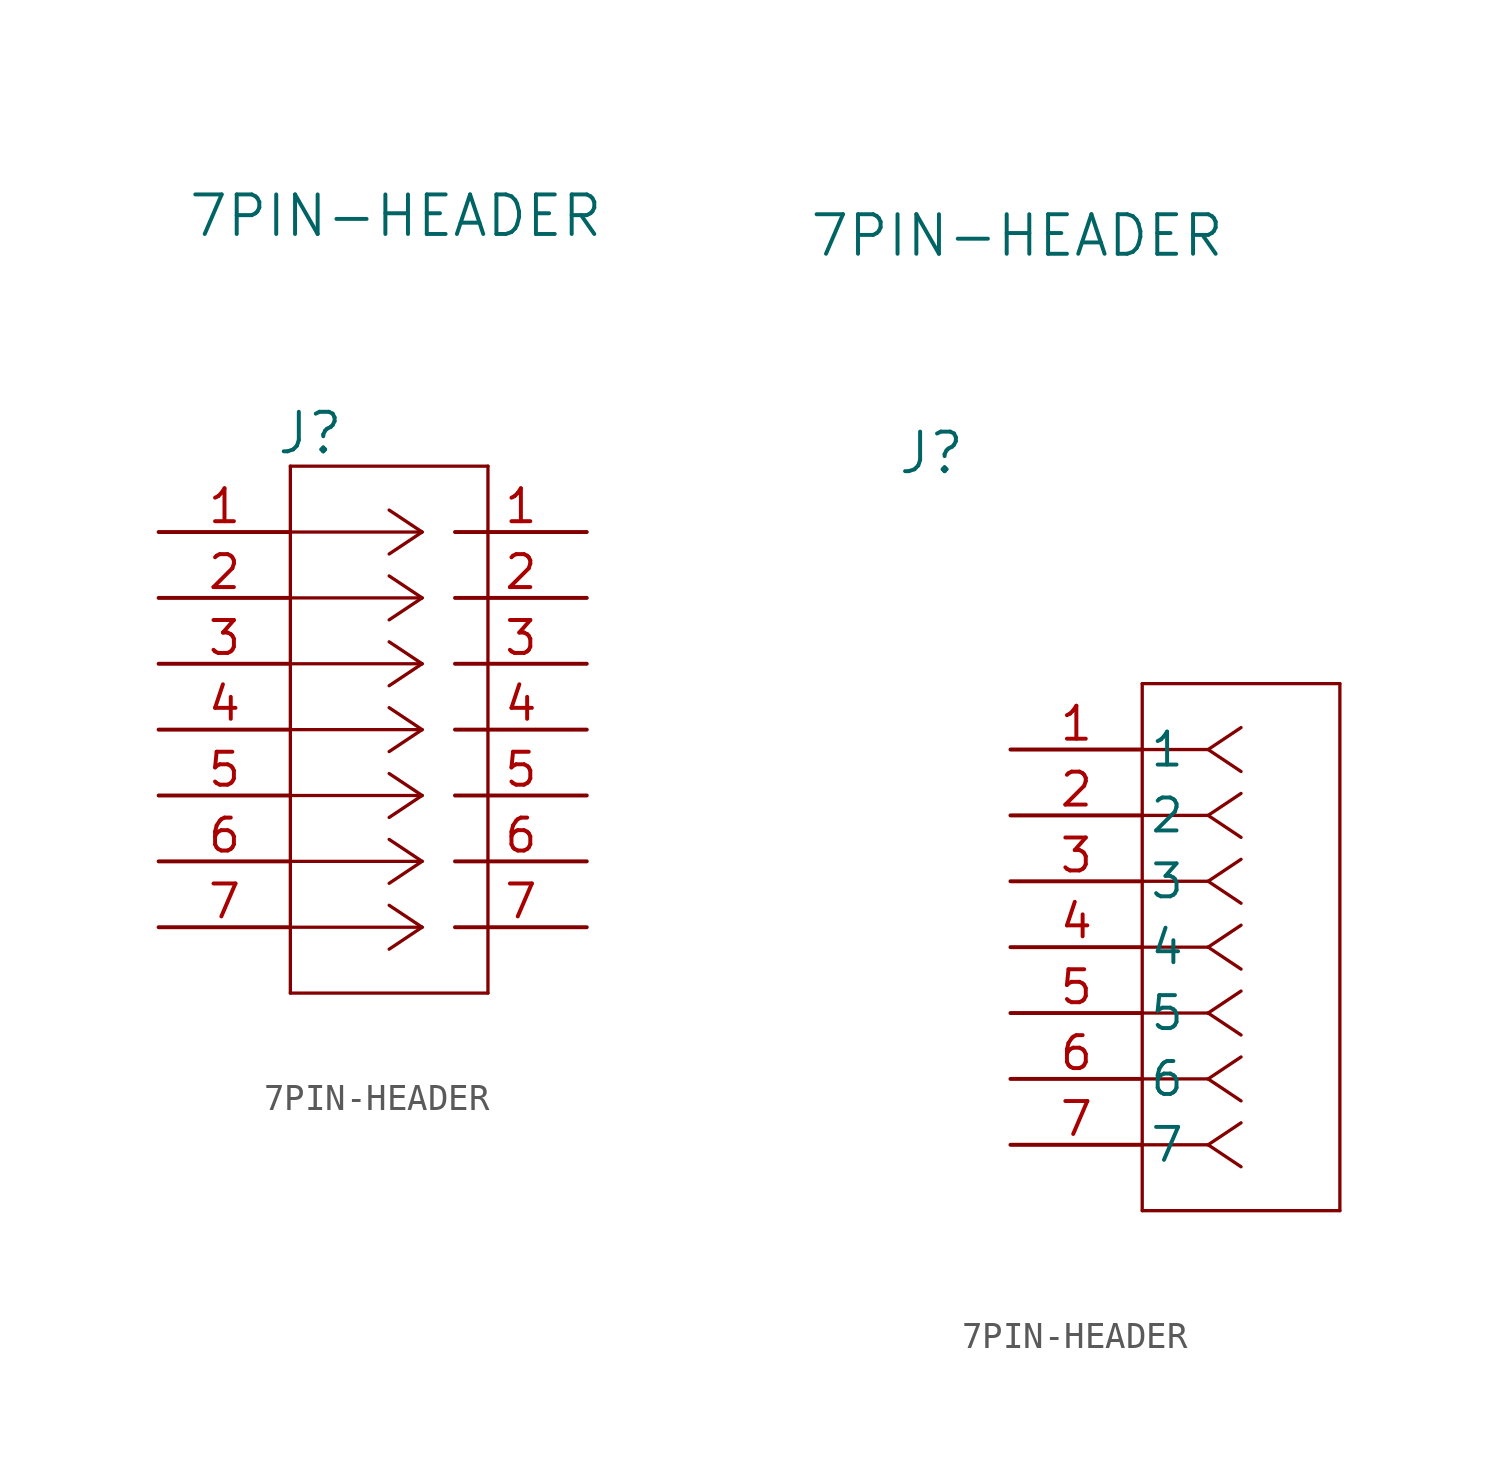
<source format=kicad_sym>
(kicad_symbol_lib
  (version 20231120)
  (generator "kicad_symbol_editor")
  (generator_version "8.0")
  (symbol "7PIN-HEADER"
    (pin_names
      (offset 0.254))
    (property "Reference" "J"
      (at -3.048 11.43 0)
      (effects (font (size 1.524 1.524))))
    (property "Value" "7PIN-HEADER"
      (at 0.254 19.812 0)
      (effects (font (size 1.524 1.524))))
    (property "ki_locked" ""
      (at 0 0 0)
      (effects (font (size 1.27 1.27))))
    (symbol "7PIN-HEADER_1_1"
      (polyline (pts (xy -3.81 -10.16) (xy 3.81 -10.16)) (stroke (width 0.127) (type default)) (fill (type none)))
      (polyline (pts (xy -3.81 10.16) (xy -3.81 -10.16)) (stroke (width 0.127) (type default)) (fill (type none)))
      (polyline (pts (xy 1.27 -7.62) (xy -3.81 -7.62)) (stroke (width 0.127) (type default)) (fill (type none)))
      (polyline (pts (xy 1.27 -7.62) (xy 0 -8.467)) (stroke (width 0.127) (type default)) (fill (type none)))
      (polyline (pts (xy 1.27 -7.62) (xy 0 -6.773)) (stroke (width 0.127) (type default)) (fill (type none)))
      (polyline (pts (xy 1.27 -5.08) (xy -3.81 -5.08)) (stroke (width 0.127) (type default)) (fill (type none)))
      (polyline (pts (xy 1.27 -5.08) (xy 0 -5.927)) (stroke (width 0.127) (type default)) (fill (type none)))
      (polyline (pts (xy 1.27 -5.08) (xy 0 -4.233)) (stroke (width 0.127) (type default)) (fill (type none)))
      (polyline (pts (xy 1.27 -2.54) (xy -3.81 -2.54)) (stroke (width 0.127) (type default)) (fill (type none)))
      (polyline (pts (xy 1.27 -2.54) (xy 0 -3.387)) (stroke (width 0.127) (type default)) (fill (type none)))
      (polyline (pts (xy 1.27 -2.54) (xy 0 -1.693)) (stroke (width 0.127) (type default)) (fill (type none)))
      (polyline (pts (xy 1.27 0) (xy -3.81 0)) (stroke (width 0.127) (type default)) (fill (type none)))
      (polyline (pts (xy 1.27 0) (xy 0 -0.847)) (stroke (width 0.127) (type default)) (fill (type none)))
      (polyline (pts (xy 1.27 0) (xy 0 0.847)) (stroke (width 0.127) (type default)) (fill (type none)))
      (polyline (pts (xy 1.27 2.54) (xy -3.81 2.54)) (stroke (width 0.127) (type default)) (fill (type none)))
      (polyline (pts (xy 1.27 2.54) (xy 0 1.693)) (stroke (width 0.127) (type default)) (fill (type none)))
      (polyline (pts (xy 1.27 2.54) (xy 0 3.387)) (stroke (width 0.127) (type default)) (fill (type none)))
      (polyline (pts (xy 1.27 5.08) (xy -3.81 5.08)) (stroke (width 0.127) (type default)) (fill (type none)))
      (polyline (pts (xy 1.27 5.08) (xy 0 4.233)) (stroke (width 0.127) (type default)) (fill (type none)))
      (polyline (pts (xy 1.27 5.08) (xy 0 5.927)) (stroke (width 0.127) (type default)) (fill (type none)))
      (polyline (pts (xy 1.27 7.62) (xy -3.81 7.62)) (stroke (width 0.127) (type default)) (fill (type none)))
      (polyline (pts (xy 1.27 7.62) (xy 0 6.773)) (stroke (width 0.127) (type default)) (fill (type none)))
      (polyline (pts (xy 1.27 7.62) (xy 0 8.467)) (stroke (width 0.127) (type default)) (fill (type none)))
      (polyline (pts (xy 3.81 -10.16) (xy 3.81 10.16)) (stroke (width 0.127) (type default)) (fill (type none)))
      (polyline (pts (xy 3.81 10.16) (xy -3.81 10.16)) (stroke (width 0.127) (type default)) (fill (type none)))
      (pin input line (at -8.89 7.62 0) (length 5.08) (name "" (effects (font (size 1.27 1.27)))) (number "1" (effects (font (size 1.27 1.27)))))
      (pin output line (at 7.62 7.62 180) (length 5.08) (name "" (effects (font (size 1.27 1.27)))) (number "1" (effects (font (size 1.27 1.27)))))
      (pin input line (at -8.89 5.08 0) (length 5.08) (name "" (effects (font (size 1.27 1.27)))) (number "2" (effects (font (size 1.27 1.27)))))
      (pin output line (at 7.62 5.08 180) (length 5.08) (name "" (effects (font (size 1.27 1.27)))) (number "2" (effects (font (size 1.27 1.27)))))
      (pin input line (at -8.89 2.54 0) (length 5.08) (name "" (effects (font (size 1.27 1.27)))) (number "3" (effects (font (size 1.27 1.27)))))
      (pin output line (at 7.62 2.54 180) (length 5.08) (name "" (effects (font (size 1.27 1.27)))) (number "3" (effects (font (size 1.27 1.27)))))
      (pin input line (at -8.89 0 0) (length 5.08) (name "" (effects (font (size 1.27 1.27)))) (number "4" (effects (font (size 1.27 1.27)))))
      (pin output line (at 7.62 0 180) (length 5.08) (name "" (effects (font (size 1.27 1.27)))) (number "4" (effects (font (size 1.27 1.27)))))
      (pin input line (at -8.89 -2.54 0) (length 5.08) (name "" (effects (font (size 1.27 1.27)))) (number "5" (effects (font (size 1.27 1.27)))))
      (pin output line (at 7.62 -2.54 180) (length 5.08) (name "" (effects (font (size 1.27 1.27)))) (number "5" (effects (font (size 1.27 1.27)))))
      (pin input line (at -8.89 -5.08 0) (length 5.08) (name "" (effects (font (size 1.27 1.27)))) (number "6" (effects (font (size 1.27 1.27)))))
      (pin output line (at 7.62 -5.08 180) (length 5.08) (name "" (effects (font (size 1.27 1.27)))) (number "6" (effects (font (size 1.27 1.27)))))
      (pin input line (at -8.89 -7.62 0) (length 5.08) (name "" (effects (font (size 1.27 1.27)))) (number "7" (effects (font (size 1.27 1.27)))))
      (pin output line (at 7.62 -7.62 180) (length 5.08) (name "" (effects (font (size 1.27 1.27)))) (number "7" (effects (font (size 1.27 1.27))))))
    (symbol "7PIN-HEADER_1_2"
      (polyline (pts (xy 5.08 -17.78) (xy 12.7 -17.78)) (stroke (width 0.127) (type default)) (fill (type none)))
      (polyline (pts (xy 5.08 2.54) (xy 5.08 -17.78)) (stroke (width 0.127) (type default)) (fill (type none)))
      (polyline (pts (xy 7.62 -15.24) (xy 5.08 -15.24)) (stroke (width 0.127) (type default)) (fill (type none)))
      (polyline (pts (xy 7.62 -15.24) (xy 8.89 -16.087)) (stroke (width 0.127) (type default)) (fill (type none)))
      (polyline (pts (xy 7.62 -15.24) (xy 8.89 -14.393)) (stroke (width 0.127) (type default)) (fill (type none)))
      (polyline (pts (xy 7.62 -12.7) (xy 5.08 -12.7)) (stroke (width 0.127) (type default)) (fill (type none)))
      (polyline (pts (xy 7.62 -12.7) (xy 8.89 -13.547)) (stroke (width 0.127) (type default)) (fill (type none)))
      (polyline (pts (xy 7.62 -12.7) (xy 8.89 -11.853)) (stroke (width 0.127) (type default)) (fill (type none)))
      (polyline (pts (xy 7.62 -10.16) (xy 5.08 -10.16)) (stroke (width 0.127) (type default)) (fill (type none)))
      (polyline (pts (xy 7.62 -10.16) (xy 8.89 -11.007)) (stroke (width 0.127) (type default)) (fill (type none)))
      (polyline (pts (xy 7.62 -10.16) (xy 8.89 -9.313)) (stroke (width 0.127) (type default)) (fill (type none)))
      (polyline (pts (xy 7.62 -7.62) (xy 5.08 -7.62)) (stroke (width 0.127) (type default)) (fill (type none)))
      (polyline (pts (xy 7.62 -7.62) (xy 8.89 -8.467)) (stroke (width 0.127) (type default)) (fill (type none)))
      (polyline (pts (xy 7.62 -7.62) (xy 8.89 -6.773)) (stroke (width 0.127) (type default)) (fill (type none)))
      (polyline (pts (xy 7.62 -5.08) (xy 5.08 -5.08)) (stroke (width 0.127) (type default)) (fill (type none)))
      (polyline (pts (xy 7.62 -5.08) (xy 8.89 -5.927)) (stroke (width 0.127) (type default)) (fill (type none)))
      (polyline (pts (xy 7.62 -5.08) (xy 8.89 -4.233)) (stroke (width 0.127) (type default)) (fill (type none)))
      (polyline (pts (xy 7.62 -2.54) (xy 5.08 -2.54)) (stroke (width 0.127) (type default)) (fill (type none)))
      (polyline (pts (xy 7.62 -2.54) (xy 8.89 -3.387)) (stroke (width 0.127) (type default)) (fill (type none)))
      (polyline (pts (xy 7.62 -2.54) (xy 8.89 -1.693)) (stroke (width 0.127) (type default)) (fill (type none)))
      (polyline (pts (xy 7.62 0) (xy 5.08 0)) (stroke (width 0.127) (type default)) (fill (type none)))
      (polyline (pts (xy 7.62 0) (xy 8.89 -0.847)) (stroke (width 0.127) (type default)) (fill (type none)))
      (polyline (pts (xy 7.62 0) (xy 8.89 0.847)) (stroke (width 0.127) (type default)) (fill (type none)))
      (polyline (pts (xy 12.7 -17.78) (xy 12.7 2.54)) (stroke (width 0.127) (type default)) (fill (type none)))
      (polyline (pts (xy 12.7 2.54) (xy 5.08 2.54)) (stroke (width 0.127) (type default)) (fill (type none)))
      (pin unspecified line (at 0 0 0) (length 5.08) (name "1" (effects (font (size 1.27 1.27)))) (number "1" (effects (font (size 1.27 1.27)))))
      (pin unspecified line (at 0 -2.54 0) (length 5.08) (name "2" (effects (font (size 1.27 1.27)))) (number "2" (effects (font (size 1.27 1.27)))))
      (pin unspecified line (at 0 -5.08 0) (length 5.08) (name "3" (effects (font (size 1.27 1.27)))) (number "3" (effects (font (size 1.27 1.27)))))
      (pin unspecified line (at 0 -7.62 0) (length 5.08) (name "4" (effects (font (size 1.27 1.27)))) (number "4" (effects (font (size 1.27 1.27)))))
      (pin unspecified line (at 0 -10.16 0) (length 5.08) (name "5" (effects (font (size 1.27 1.27)))) (number "5" (effects (font (size 1.27 1.27)))))
      (pin unspecified line (at 0 -12.7 0) (length 5.08) (name "6" (effects (font (size 1.27 1.27)))) (number "6" (effects (font (size 1.27 1.27)))))
      (pin unspecified line (at 0 -15.24 0) (length 5.08) (name "7" (effects (font (size 1.27 1.27)))) (number "7" (effects (font (size 1.27 1.27))))))))
</source>
